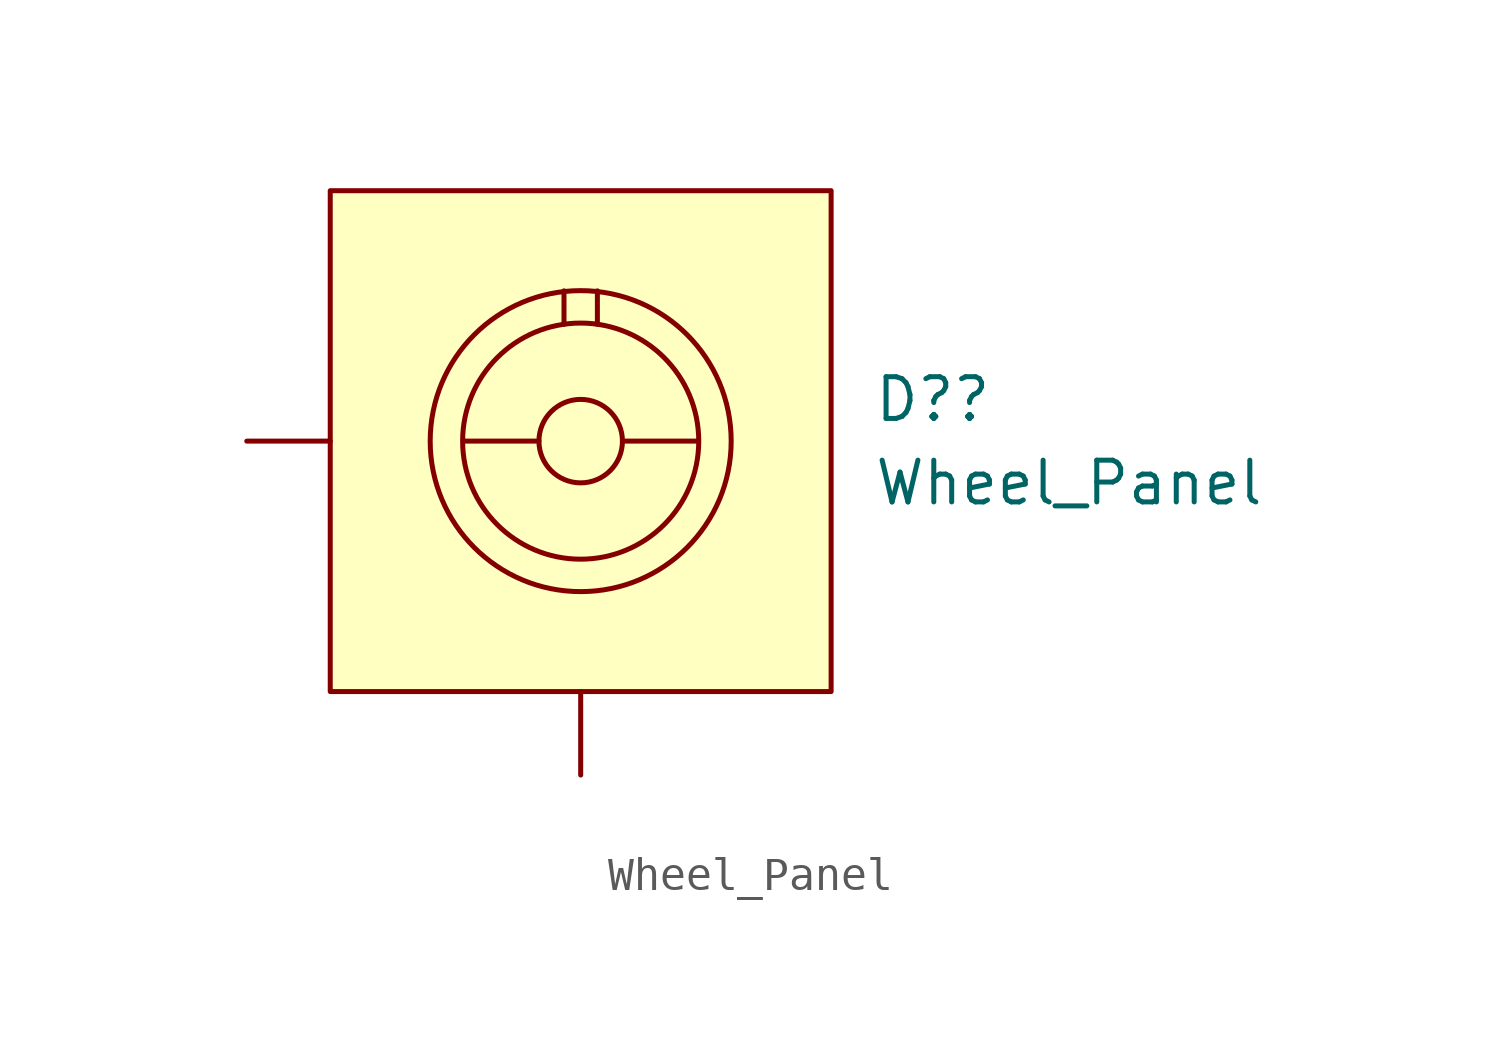
<source format=kicad_sym>
(kicad_symbol_lib
  (version 20211014)
  (generator kicad_symbol_editor)
  (symbol "Wheel_Panel"
    (property "Reference" "D?"
      (at 8.89 1.27 0)
      (effects (font (size 1.27 1.27)) (justify left)))
    (property "Value" "Wheel_Panel"
      (at 8.89 -1.27 0)
      (effects (font (size 1.27 1.27)) (justify left)))
    (symbol "Wheel_Panel_0_1"
      (rectangle (start -7.62 7.62) (end 7.62 -7.62) (stroke (width 0) (type default) (color 0 0 0 0)) (fill (type background)))
      (polyline (pts (xy -1.27 0) (xy -3.556 0)) (stroke (width 0) (type default) (color 0 0 0 0)) (fill (type none)))
      (polyline (pts (xy -0.508 4.572) (xy -0.508 3.556)) (stroke (width 0) (type default) (color 0 0 0 0)) (fill (type none)))
      (polyline (pts (xy 0.508 4.572) (xy 0.508 3.556)) (stroke (width 0) (type default) (color 0 0 0 0)) (fill (type none)))
      (polyline (pts (xy 3.556 0) (xy 1.27 0)) (stroke (width 0) (type default) (color 0 0 0 0)) (fill (type none)))
      (circle (center 0 0) (radius 1.27) (stroke (width 0) (type default) (color 0 0 0 0)) (fill (type none)))
      (circle (center 0 0) (radius 3.592) (stroke (width 0) (type default) (color 0 0 0 0)) (fill (type none)))
      (circle (center 0 0) (radius 4.579) (stroke (width 0) (type default) (color 0 0 0 0)) (fill (type none))))
    (symbol "Wheel_Panel_1_1"
      (pin input line (at -10.16 0 0) (length 2.54) (name "" (effects (font (size 1.27 1.27)))) (number "" (effects (font (size 1.27 1.27)))))
      (pin input line (at 0 -10.16 90) (length 2.54) (name "" (effects (font (size 1.27 1.27)))) (number "" (effects (font (size 1.27 1.27))))))))
</source>
